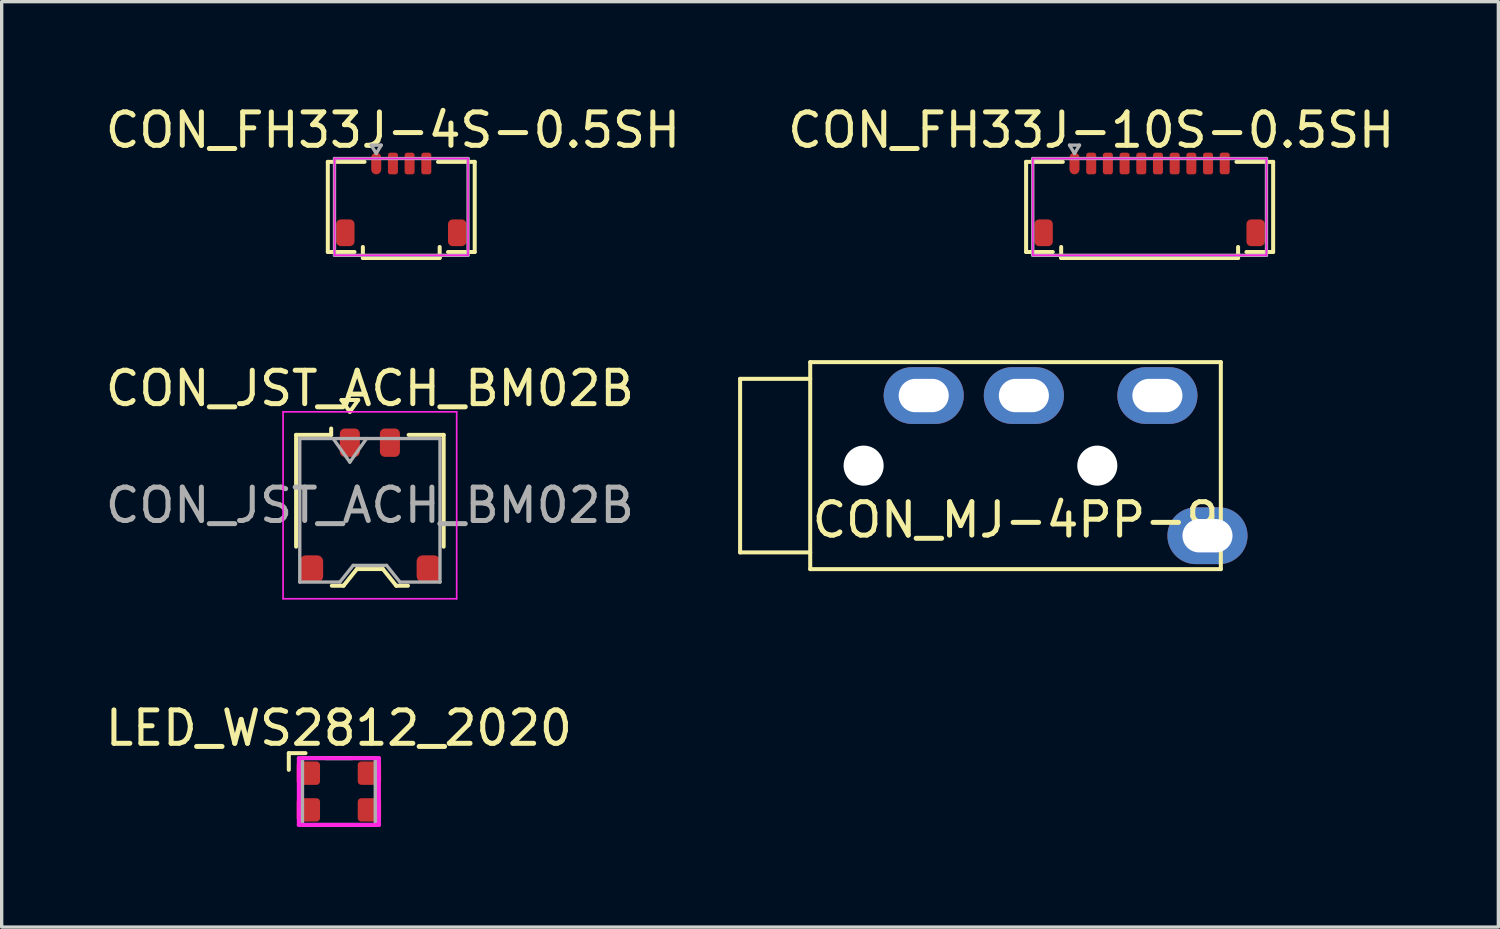
<source format=kicad_pcb>
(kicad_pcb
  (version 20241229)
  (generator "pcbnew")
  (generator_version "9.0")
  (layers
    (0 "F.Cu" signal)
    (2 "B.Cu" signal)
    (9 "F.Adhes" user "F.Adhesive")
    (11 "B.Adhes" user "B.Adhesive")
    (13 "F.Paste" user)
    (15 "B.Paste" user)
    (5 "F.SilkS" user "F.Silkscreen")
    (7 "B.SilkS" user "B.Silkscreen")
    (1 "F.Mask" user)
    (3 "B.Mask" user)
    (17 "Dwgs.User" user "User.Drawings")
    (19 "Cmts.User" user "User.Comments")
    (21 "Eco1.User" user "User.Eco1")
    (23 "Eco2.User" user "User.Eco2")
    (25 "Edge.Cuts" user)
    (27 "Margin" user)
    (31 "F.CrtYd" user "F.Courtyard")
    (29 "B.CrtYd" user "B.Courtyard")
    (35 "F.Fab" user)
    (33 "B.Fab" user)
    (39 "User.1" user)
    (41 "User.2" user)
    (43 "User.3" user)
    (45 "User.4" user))
  (footprint "LED_WS2812_2020"
    (layer "F.Cu")
    (at 7.101 20.66)
    (property "Reference" "LED_WS2812_2020" (at 0 -1.9 0) (layer "F.SilkS") (effects (font (size 1 1) (thickness 0.15))))
    (attr smd)
    (fp_line (start -1.5 -1.15) (end -1 -1.15) (stroke (width 0.12) (type solid)) (layer "F.SilkS"))
    (fp_line (start -1.5 -0.65) (end -1.5 -1.15) (stroke (width 0.12) (type solid)) (layer "F.SilkS"))
    (fp_line (start -0.4 -1) (end 0.4 -1) (stroke (width 0.12) (type solid)) (layer "F.SilkS"))
    (fp_line (start -1.2 -1) (end 1.2 -1) (stroke (width 0.12) (type solid)) (layer "F.CrtYd"))
    (fp_line (start -1.2 1) (end -1.2 -1) (stroke (width 0.12) (type solid)) (layer "F.CrtYd"))
    (fp_line (start 1.2 -1) (end 1.2 1) (stroke (width 0.12) (type solid)) (layer "F.CrtYd"))
    (fp_line (start 1.2 1) (end -1.2 1) (stroke (width 0.12) (type solid)) (layer "F.CrtYd"))
    (fp_line (start -1.1 -1) (end 1.1 -1) (stroke (width 0.12) (type solid)) (layer "F.Fab"))
    (fp_line (start -1.1 1) (end -1.1 -1) (stroke (width 0.12) (type solid)) (layer "F.Fab"))
    (fp_line (start 1.1 -1) (end 1.1 1) (stroke (width 0.12) (type solid)) (layer "F.Fab"))
    (fp_line (start 1.1 1) (end -1.1 1) (stroke (width 0.12) (type solid)) (layer "F.Fab"))
    (pad "1" smd roundrect (at -0.915 -0.55) (size 0.7 0.7) (layers "F.Cu" "F.Mask" "F.Paste") (roundrect_rratio 0.15))
    (pad "2" smd roundrect (at -0.915 0.55) (size 0.7 0.7) (layers "F.Cu" "F.Mask" "F.Paste") (roundrect_rratio 0.15))
    (pad "3" smd roundrect (at 0.915 0.55) (size 0.7 0.7) (layers "F.Cu" "F.Mask" "F.Paste") (roundrect_rratio 0.15))
    (pad "4" smd roundrect (at 0.915 -0.55) (size 0.7 0.7) (layers "F.Cu" "F.Mask" "F.Paste") (roundrect_rratio 0.15)))
  (footprint "CON_JST_ACH_BM02B"
    (layer "F.Cu")
    (at 8.03 12.086)
    (property "Reference" "CON_JST_ACH_BM02B" (at 0 -3.5 0) (layer "F.SilkS") (effects (font (size 1 1) (thickness 0.15))))
    (attr smd)
    (fp_line (start -2.21 -2.11) (end -1.16 -2.11) (stroke (width 0.12) (type solid)) (layer "F.SilkS"))
    (fp_line (start -2.21 1.24) (end -2.21 -2.11) (stroke (width 0.12) (type solid)) (layer "F.SilkS"))
    (fp_line (start -1.16 -2.11) (end -1.16 -2.3) (stroke (width 0.12) (type solid)) (layer "F.SilkS"))
    (fp_line (start -1.14 2.41) (end -0.79 2.41) (stroke (width 0.12) (type solid)) (layer "F.SilkS"))
    (fp_line (start -0.85 -3.154) (end -0.6 -2.8) (stroke (width 0.12) (type solid)) (layer "F.SilkS"))
    (fp_line (start -0.79 2.41) (end -0.39 1.91) (stroke (width 0.12) (type solid)) (layer "F.SilkS"))
    (fp_line (start -0.6 -2.8) (end -0.35 -3.154) (stroke (width 0.12) (type solid)) (layer "F.SilkS"))
    (fp_line (start -0.39 1.91) (end 0.39 1.91) (stroke (width 0.12) (type solid)) (layer "F.SilkS"))
    (fp_line (start -0.35 -3.154) (end -0.85 -3.154) (stroke (width 0.12) (type solid)) (layer "F.SilkS"))
    (fp_line (start 0.39 1.91) (end 0.79 2.41) (stroke (width 0.12) (type solid)) (layer "F.SilkS"))
    (fp_line (start 0.79 2.41) (end 1.14 2.41) (stroke (width 0.12) (type solid)) (layer "F.SilkS"))
    (fp_line (start 2.21 -2.11) (end 1.16 -2.11) (stroke (width 0.12) (type solid)) (layer "F.SilkS"))
    (fp_line (start 2.21 1.24) (end 2.21 -2.11) (stroke (width 0.12) (type solid)) (layer "F.SilkS"))
    (fp_line (start -2.6 -2.8) (end -2.6 2.8) (stroke (width 0.05) (type solid)) (layer "F.CrtYd"))
    (fp_line (start -2.6 2.8) (end 2.6 2.8) (stroke (width 0.05) (type solid)) (layer "F.CrtYd"))
    (fp_line (start 2.6 -2.8) (end -2.6 -2.8) (stroke (width 0.05) (type solid)) (layer "F.CrtYd"))
    (fp_line (start 2.6 2.8) (end 2.6 -2.8) (stroke (width 0.05) (type solid)) (layer "F.CrtYd"))
    (fp_line (start -2.1 -2) (end -2.1 2.3) (stroke (width 0.1) (type solid)) (layer "F.Fab"))
    (fp_line (start -2.1 -2) (end 2.1 -2) (stroke (width 0.1) (type solid)) (layer "F.Fab"))
    (fp_line (start -2.1 2.3) (end -0.9 2.3) (stroke (width 0.1) (type solid)) (layer "F.Fab"))
    (fp_line (start -1.1 -2) (end -0.6 -1.293) (stroke (width 0.1) (type solid)) (layer "F.Fab"))
    (fp_line (start -0.9 2.3) (end -0.5 1.8) (stroke (width 0.1) (type solid)) (layer "F.Fab"))
    (fp_line (start -0.6 -1.293) (end -0.1 -2) (stroke (width 0.1) (type solid)) (layer "F.Fab"))
    (fp_line (start -0.5 1.8) (end 0.5 1.8) (stroke (width 0.1) (type solid)) (layer "F.Fab"))
    (fp_line (start 0.5 1.8) (end 0.9 2.3) (stroke (width 0.1) (type solid)) (layer "F.Fab"))
    (fp_line (start 0.9 2.3) (end 2.1 2.3) (stroke (width 0.1) (type solid)) (layer "F.Fab"))
    (fp_line (start 2.1 -2) (end 2.1 2.3) (stroke (width 0.1) (type solid)) (layer "F.Fab"))
    (fp_text user "${REFERENCE}" (at 0 0 0) (layer "F.Fab") (effects (font (size 1 1) (thickness 0.15))))
    (pad "1" smd roundrect (at -0.6 -1.875) (size 0.6 0.85) (layers "F.Cu" "F.Mask" "F.Paste") (roundrect_rratio 0.25))
    (pad "2" smd roundrect (at 0.6 -1.875) (size 0.6 0.85) (layers "F.Cu" "F.Mask" "F.Paste") (roundrect_rratio 0.25))
    (pad "MP" smd roundrect (at -1.75 1.9) (size 0.7 0.8) (layers "F.Cu" "F.Mask" "F.Paste") (roundrect_rratio 0.25))
    (pad "MP" smd roundrect (at 1.75 1.9) (size 0.7 0.8) (layers "F.Cu" "F.Mask" "F.Paste") (roundrect_rratio 0.25)))
  (footprint "CON_FH33J-4S-0.5SH"
    (layer "F.Cu")
    (at 8.22 1.848)
    (property "Reference" "CON_FH33J-4S-0.5SH" (at 0.5 -1 0) (layer "F.SilkS") (effects (font (size 1 1) (thickness 0.15))))
    (attr smd)
    (fp_line (start -1.45 -0.05) (end -0.35 -0.05) (stroke (width 0.12) (type solid)) (layer "F.SilkS"))
    (fp_line (start -1.45 2.65) (end -1.45 -0.05) (stroke (width 0.12) (type solid)) (layer "F.SilkS"))
    (fp_line (start -0.65 2.65) (end -1.45 2.65) (stroke (width 0.12) (type solid)) (layer "F.SilkS"))
    (fp_line (start -0.4 2.5) (end -0.4 2.83) (stroke (width 0.12) (type solid)) (layer "F.SilkS"))
    (fp_line (start 1.9 2.5) (end 1.9 2.83) (stroke (width 0.12) (type solid)) (layer "F.SilkS"))
    (fp_line (start 1.9 2.83) (end -0.4 2.83) (stroke (width 0.12) (type solid)) (layer "F.SilkS"))
    (fp_line (start 2.15 2.65) (end 2.95 2.65) (stroke (width 0.12) (type solid)) (layer "F.SilkS"))
    (fp_line (start 2.95 -0.05) (end 1.85 -0.05) (stroke (width 0.12) (type solid)) (layer "F.SilkS"))
    (fp_line (start 2.95 2.65) (end 2.95 -0.05) (stroke (width 0.12) (type solid)) (layer "F.SilkS"))
    (fp_line (start -1.25 -0.15) (end 2.75 -0.15) (stroke (width 0.05) (type solid)) (layer "F.CrtYd"))
    (fp_line (start -1.25 2.75) (end -1.25 -0.15) (stroke (width 0.05) (type solid)) (layer "F.CrtYd"))
    (fp_line (start 2.75 -0.15) (end 2.75 2.75) (stroke (width 0.05) (type solid)) (layer "F.CrtYd"))
    (fp_line (start 2.75 2.75) (end -1.25 2.75) (stroke (width 0.05) (type solid)) (layer "F.CrtYd"))
    (fp_line (start -1.25 -0.15) (end -1.25 2.75) (stroke (width 0.1) (type solid)) (layer "F.Fab"))
    (fp_line (start -1.25 2.75) (end 2.75 2.75) (stroke (width 0.1) (type solid)) (layer "F.Fab"))
    (fp_line (start -0.15 -0.55) (end 0.15 -0.55) (stroke (width 0.1) (type solid)) (layer "F.Fab"))
    (fp_line (start 0 -0.3) (end -0.15 -0.55) (stroke (width 0.1) (type solid)) (layer "F.Fab"))
    (fp_line (start 0.15 -0.55) (end 0 -0.3) (stroke (width 0.1) (type solid)) (layer "F.Fab"))
    (fp_line (start 2.75 -0.15) (end -1.25 -0.15) (stroke (width 0.1) (type solid)) (layer "F.Fab"))
    (fp_line (start 2.75 2.75) (end 2.75 -0.15) (stroke (width 0.1) (type solid)) (layer "F.Fab"))
    (pad "1" smd roundrect (at 0 0) (size 0.3 0.65) (layers "F.Cu" "F.Mask" "F.Paste") (roundrect_rratio 0.5))
    (pad "2" smd roundrect (at 0.5 0) (size 0.3 0.65) (layers "F.Cu" "F.Mask" "F.Paste") (roundrect_rratio 0.25))
    (pad "3" smd roundrect (at 1 0) (size 0.3 0.65) (layers "F.Cu" "F.Mask" "F.Paste") (roundrect_rratio 0.25))
    (pad "4" smd roundrect (at 1.5 0) (size 0.3 0.65) (layers "F.Cu" "F.Mask" "F.Paste") (roundrect_rratio 0.25))
    (pad "MP" smd roundrect (at -0.925 2.075) (size 0.55 0.8) (layers "F.Cu" "F.Mask" "F.Paste") (roundrect_rratio 0.25))
    (pad "MP" smd roundrect (at 2.425 2.075) (size 0.55 0.8) (layers "F.Cu" "F.Mask" "F.Paste") (roundrect_rratio 0.25)))
  (footprint "CON_FH33J-10S-0.5SH"
    (layer "F.Cu")
    (at 29.137 1.848)
    (property "Reference" "CON_FH33J-10S-0.5SH" (at 0.5 -1 0) (layer "F.SilkS") (effects (font (size 1 1) (thickness 0.15))))
    (attr smd)
    (fp_line (start -1.45 -0.05) (end -0.35 -0.05) (stroke (width 0.12) (type solid)) (layer "F.SilkS"))
    (fp_line (start -1.45 2.65) (end -1.45 -0.05) (stroke (width 0.12) (type solid)) (layer "F.SilkS"))
    (fp_line (start -0.65 2.65) (end -1.45 2.65) (stroke (width 0.12) (type solid)) (layer "F.SilkS"))
    (fp_line (start -0.4 2.5) (end -0.4 2.83) (stroke (width 0.12) (type solid)) (layer "F.SilkS"))
    (fp_line (start 4.9 2.5) (end 4.9 2.83) (stroke (width 0.12) (type solid)) (layer "F.SilkS"))
    (fp_line (start 4.9 2.83) (end -0.4 2.83) (stroke (width 0.12) (type solid)) (layer "F.SilkS"))
    (fp_line (start 5.15 2.65) (end 5.95 2.65) (stroke (width 0.12) (type solid)) (layer "F.SilkS"))
    (fp_line (start 5.95 -0.05) (end 4.85 -0.05) (stroke (width 0.12) (type solid)) (layer "F.SilkS"))
    (fp_line (start 5.95 2.65) (end 5.95 -0.05) (stroke (width 0.12) (type solid)) (layer "F.SilkS"))
    (fp_line (start -1.25 -0.15) (end 5.75 -0.15) (stroke (width 0.05) (type solid)) (layer "F.CrtYd"))
    (fp_line (start -1.25 2.75) (end -1.25 -0.15) (stroke (width 0.05) (type solid)) (layer "F.CrtYd"))
    (fp_line (start 5.75 -0.15) (end 5.75 2.75) (stroke (width 0.05) (type solid)) (layer "F.CrtYd"))
    (fp_line (start 5.75 2.75) (end -1.25 2.75) (stroke (width 0.05) (type solid)) (layer "F.CrtYd"))
    (fp_line (start -1.25 -0.15) (end -1.25 2.75) (stroke (width 0.1) (type solid)) (layer "F.Fab"))
    (fp_line (start -1.25 2.75) (end 5.75 2.75) (stroke (width 0.1) (type solid)) (layer "F.Fab"))
    (fp_line (start -0.15 -0.55) (end 0.15 -0.55) (stroke (width 0.1) (type solid)) (layer "F.Fab"))
    (fp_line (start 0 -0.3) (end -0.15 -0.55) (stroke (width 0.1) (type solid)) (layer "F.Fab"))
    (fp_line (start 0.15 -0.55) (end 0 -0.3) (stroke (width 0.1) (type solid)) (layer "F.Fab"))
    (fp_line (start 5.75 -0.15) (end -1.25 -0.15) (stroke (width 0.1) (type solid)) (layer "F.Fab"))
    (fp_line (start 5.75 2.75) (end 5.75 -0.15) (stroke (width 0.1) (type solid)) (layer "F.Fab"))
    (pad "1" smd roundrect (at 0 0) (size 0.3 0.65) (layers "F.Cu" "F.Mask" "F.Paste") (roundrect_rratio 0.5))
    (pad "2" smd roundrect (at 0.5 0) (size 0.3 0.65) (layers "F.Cu" "F.Mask" "F.Paste") (roundrect_rratio 0.25))
    (pad "3" smd roundrect (at 1 0) (size 0.3 0.65) (layers "F.Cu" "F.Mask" "F.Paste") (roundrect_rratio 0.25))
    (pad "4" smd roundrect (at 1.5 0) (size 0.3 0.65) (layers "F.Cu" "F.Mask" "F.Paste") (roundrect_rratio 0.25))
    (pad "5" smd roundrect (at 2 0) (size 0.3 0.65) (layers "F.Cu" "F.Mask" "F.Paste") (roundrect_rratio 0.25))
    (pad "6" smd roundrect (at 2.5 0) (size 0.3 0.65) (layers "F.Cu" "F.Mask" "F.Paste") (roundrect_rratio 0.25))
    (pad "7" smd roundrect (at 3 0) (size 0.3 0.65) (layers "F.Cu" "F.Mask" "F.Paste") (roundrect_rratio 0.25))
    (pad "8" smd roundrect (at 3.5 0) (size 0.3 0.65) (layers "F.Cu" "F.Mask" "F.Paste") (roundrect_rratio 0.25))
    (pad "9" smd roundrect (at 4 0) (size 0.3 0.65) (layers "F.Cu" "F.Mask" "F.Paste") (roundrect_rratio 0.25))
    (pad "10" smd roundrect (at 4.499 -0.002) (size 0.3 0.65) (layers "F.Cu" "F.Mask" "F.Paste") (roundrect_rratio 0.25))
    (pad "MP" smd roundrect (at -0.925 2.075) (size 0.55 0.8) (layers "F.Cu" "F.Mask" "F.Paste") (roundrect_rratio 0.25))
    (pad "MP" smd roundrect (at 5.425 2.075) (size 0.55 0.8) (layers "F.Cu" "F.Mask" "F.Paste") (roundrect_rratio 0.25)))
  (footprint "CON_MJ-4PP-9"
    (layer "F.Cu")
    (at 27.37 10.898)
    (property "Reference" "CON_MJ-4PP-9" (at 0 1.626 0) (unlocked yes) (layer "F.SilkS") (effects (font (size 1 1) (thickness 0.15))))
    (fp_line (start -8.25 2.6) (end -8.25 -2.6) (stroke (width 0.12) (type solid)) (layer "F.SilkS"))
    (fp_line (start -6.15 -3.1) (end 6.15 -3.1) (stroke (width 0.12) (type solid)) (layer "F.SilkS"))
    (fp_line (start -6.15 -2.6) (end -8.25 -2.6) (stroke (width 0.12) (type solid)) (layer "F.SilkS"))
    (fp_line (start -6.15 2.6) (end -8.25 2.6) (stroke (width 0.12) (type solid)) (layer "F.SilkS"))
    (fp_line (start -6.15 3.1) (end -6.15 -3.1) (stroke (width 0.12) (type solid)) (layer "F.SilkS"))
    (fp_line (start 6.15 -3.1) (end 6.15 3.1) (stroke (width 0.12) (type solid)) (layer "F.SilkS"))
    (fp_line (start 6.15 3.1) (end -6.15 3.1) (stroke (width 0.12) (type solid)) (layer "F.SilkS"))
    (pad "" np_thru_hole circle (at -4.55 0 90) (size 1.2 1.2) (drill 1.2) (layers "*.Cu" "*.Mask"))
    (pad "" np_thru_hole circle (at 2.45 0 90) (size 1.2 1.2) (drill 1.2) (layers "*.Cu" "*.Mask"))
    (pad "R1" thru_hole oval (at 4.25 -2.1 90) (size 1.7 2.4) (drill oval 1 1.5) (layers "*.Cu" "*.Mask"))
    (pad "R2" thru_hole oval (at 0.25 -2.1 90) (size 1.7 2.4) (drill oval 1 1.5) (layers "*.Cu" "*.Mask"))
    (pad "S" thru_hole oval (at -2.75 -2.1 90) (size 1.7 2.4) (drill oval 1 1.5) (layers "*.Cu" "*.Mask"))
    (pad "T" thru_hole oval (at 5.75 2.1 90) (size 1.7 2.4) (drill oval 1 1.5) (layers "*.Cu" "*.Mask")))
  (gr_rect
    (start -3 -3)
    (end 41.833 24.72)
    (stroke (width 0.1) (type default))
    (fill no)
    (layer "Edge.Cuts")))
</source>
